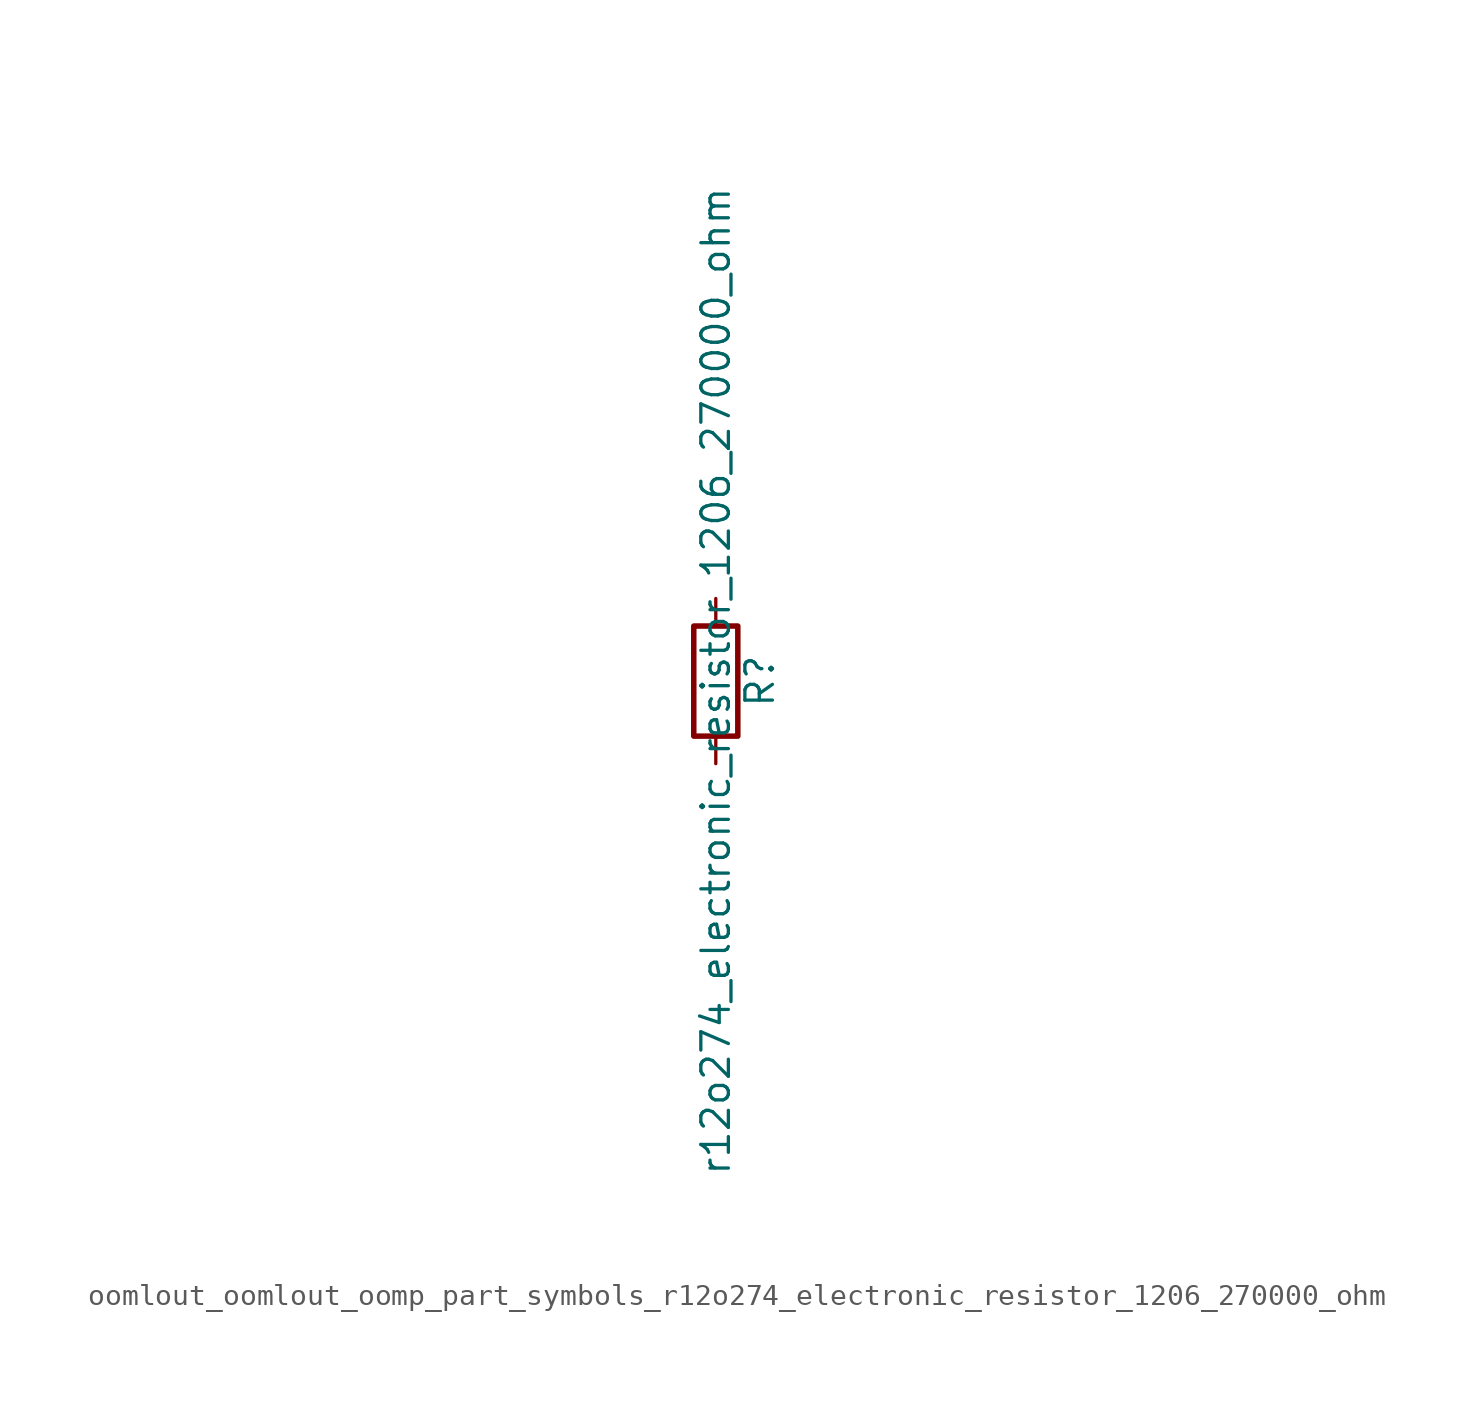
<source format=kicad_sym>
(kicad_symbol_lib
  (version 20220914)
  (generator kicad_symbol_editor)
  (symbol "oomlout_oomlout_oomp_part_symbols_r12o274_electronic_resistor_1206_270000_ohm"
    (pin_numbers hide)
    (pin_names
      (offset 0))
    (property "Reference" "R"
      (at 2.032 0 90)
      (effects (font (size 1.27 1.27))))
    (property "Value" "r12o274_electronic_resistor_1206_270000_ohm"
      (at 0 0 90)
      (effects (font (size 1.27 1.27))))
    (symbol "oomlout_oomlout_oomp_part_symbols_r12o274_electronic_resistor_1206_270000_ohm_0_1"
      (rectangle (start -1.016 -2.54) (end 1.016 2.54) (stroke (width 0.254) (type default)) (fill (type none))))
    (symbol "oomlout_oomlout_oomp_part_symbols_r12o274_electronic_resistor_1206_270000_ohm_1_1"
      (pin passive line (at 0 3.81 270) (length 1.27) (name "~" (effects (font (size 1.27 1.27)))) (number "1" (effects (font (size 1.27 1.27)))))
      (pin passive line (at 0 -3.81 90) (length 1.27) (name "~" (effects (font (size 1.27 1.27)))) (number "2" (effects (font (size 1.27 1.27))))))))
</source>
